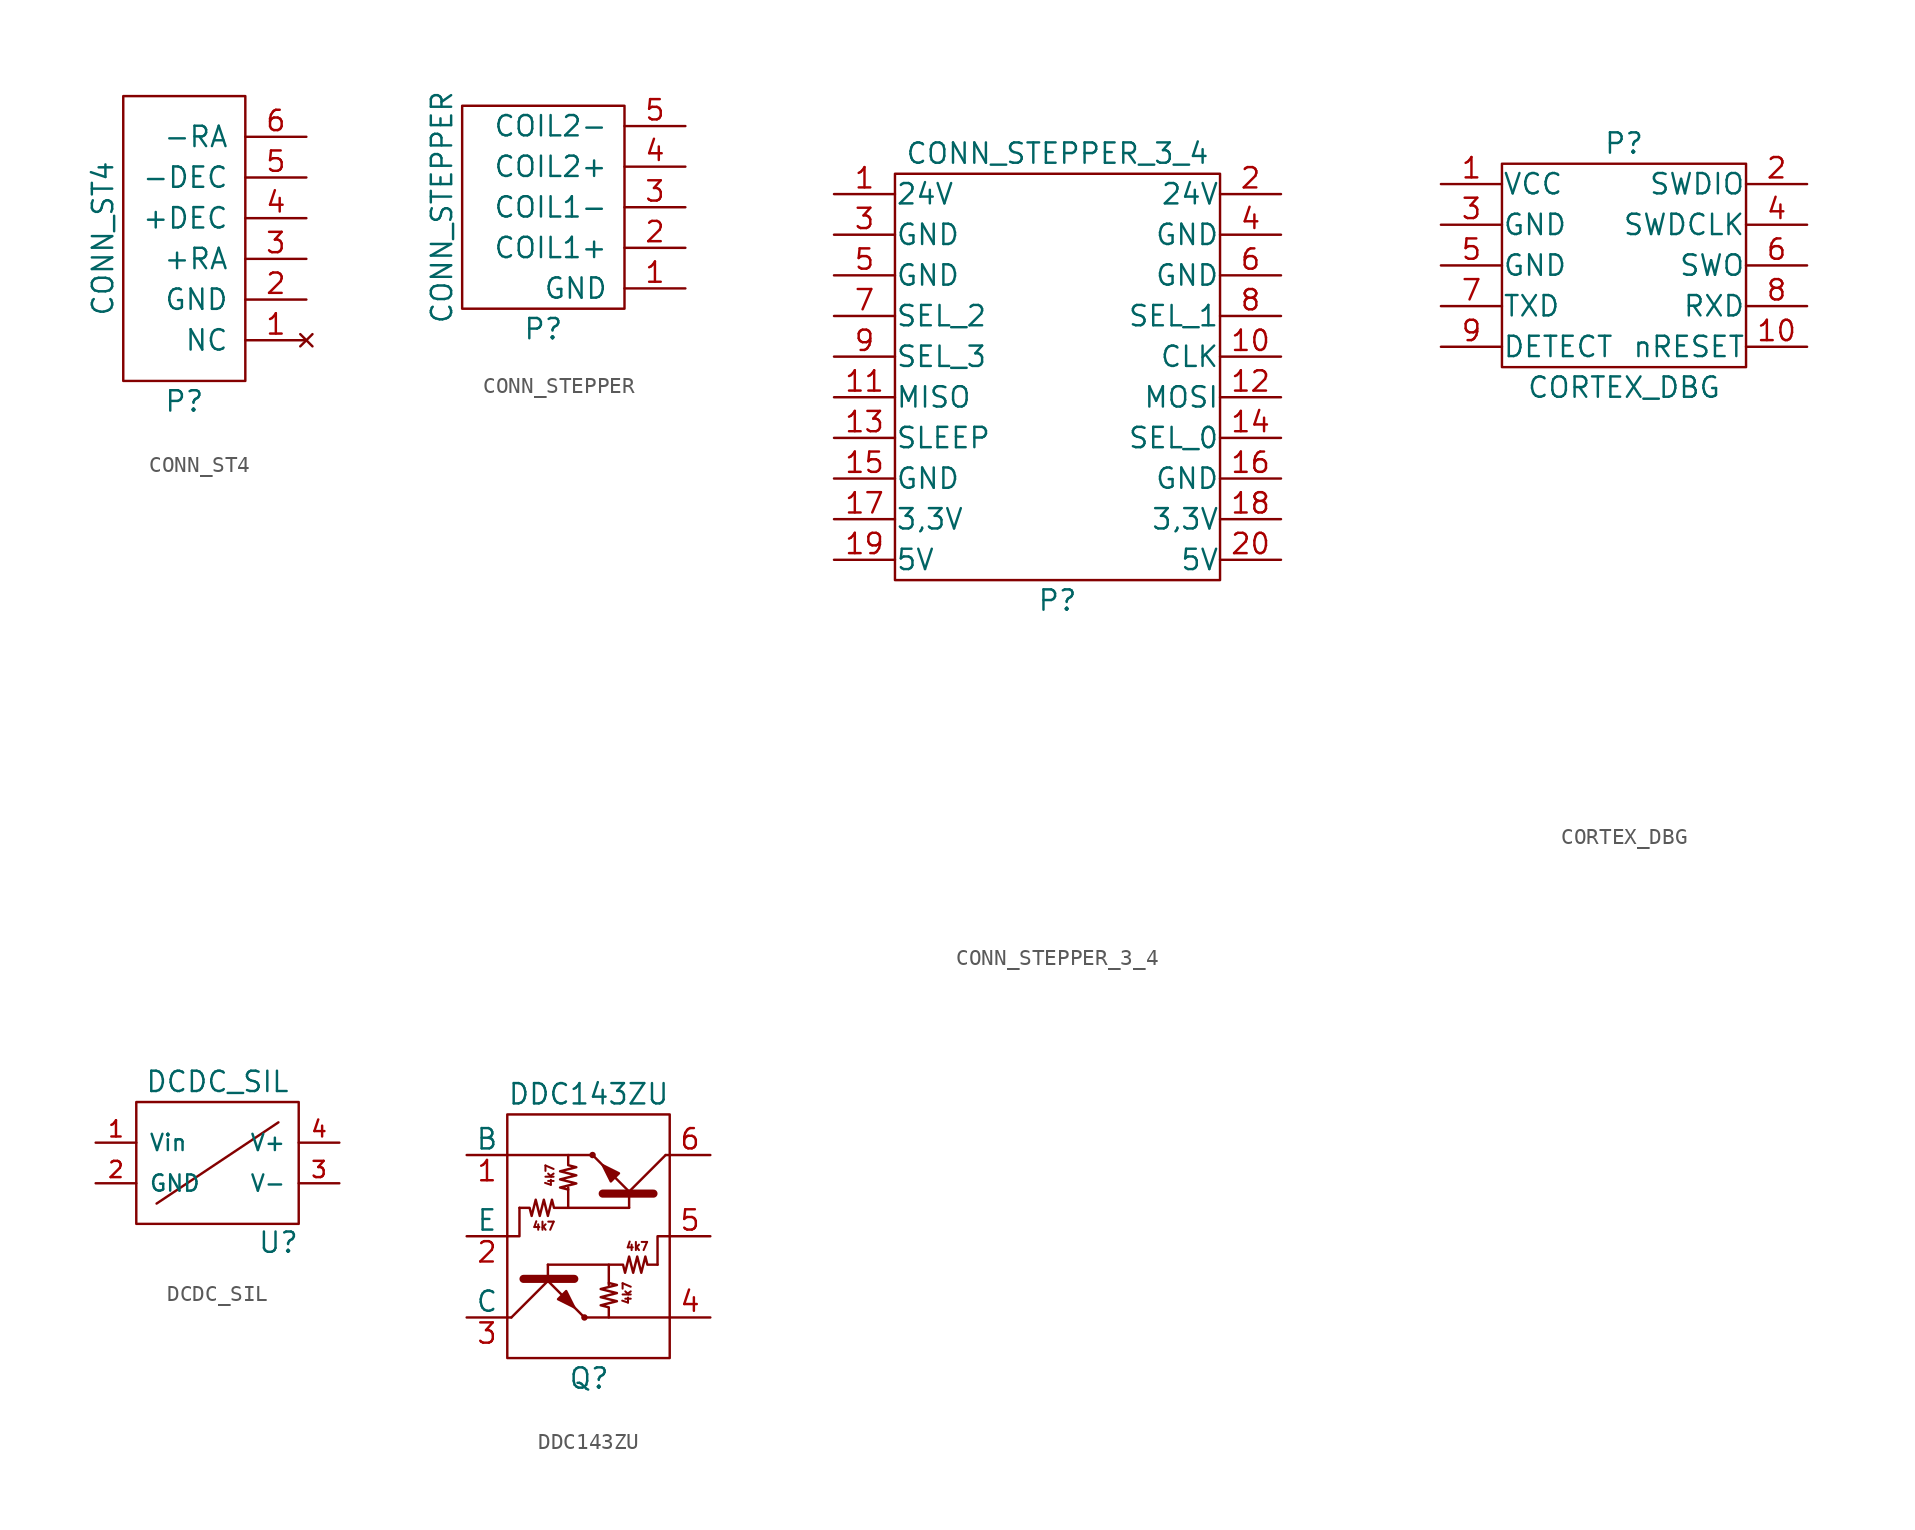
<source format=kicad_sym>
(kicad_symbol_lib
  (version 20231120)
  (generator "kicad_symbol_editor")
  (generator_version "8.0")
  (symbol "CONN_ST4"
    (pin_names
      (offset 1.016))
    (property "Reference" "P"
      (at 0 -10.16 0)
      (effects (font (size 1.27 1.27))))
    (property "Value" "CONN_ST4"
      (at -5.08 0 90)
      (effects (font (size 1.27 1.27))))
    (property "Footprint" ""
      (at -3.81 0 0)
      (effects (font (size 1.27 1.27))))
    (property "Datasheet" ""
      (at -3.81 0 0)
      (effects (font (size 1.27 1.27))))
    (symbol "CONN_ST4_0_1"
      (rectangle (start -3.81 8.89) (end 3.81 -8.89) (stroke (width 0) (type solid)) (fill (type none))))
    (symbol "CONN_ST4_1_1"
      (pin no_connect line (at 7.62 -6.35 180) (length 3.81) (name "NC" (effects (font (size 1.27 1.27)))) (number "1" (effects (font (size 1.27 1.27)))))
      (pin power_in line (at 7.62 -3.81 180) (length 3.81) (name "GND" (effects (font (size 1.27 1.27)))) (number "2" (effects (font (size 1.27 1.27)))))
      (pin output line (at 7.62 -1.27 180) (length 3.81) (name "+RA" (effects (font (size 1.27 1.27)))) (number "3" (effects (font (size 1.27 1.27)))))
      (pin output line (at 7.62 1.27 180) (length 3.81) (name "+DEC" (effects (font (size 1.27 1.27)))) (number "4" (effects (font (size 1.27 1.27)))))
      (pin output line (at 7.62 3.81 180) (length 3.81) (name "-DEC" (effects (font (size 1.27 1.27)))) (number "5" (effects (font (size 1.27 1.27)))))
      (pin output line (at 7.62 6.35 180) (length 3.81) (name "-RA" (effects (font (size 1.27 1.27)))) (number "6" (effects (font (size 1.27 1.27)))))))
  (symbol "CONN_STEPPER"
    (pin_names
      (offset 1.016))
    (property "Reference" "P"
      (at 0 -7.62 0)
      (effects (font (size 1.27 1.27))))
    (property "Value" "CONN_STEPPER"
      (at -6.35 0 90)
      (effects (font (size 1.27 1.27))))
    (property "Footprint" ""
      (at -2.54 0 0)
      (effects (font (size 1.27 1.27))))
    (property "Datasheet" ""
      (at -2.54 0 0)
      (effects (font (size 1.27 1.27))))
    (symbol "CONN_STEPPER_0_1"
      (rectangle (start -5.08 6.35) (end 5.08 -6.35) (stroke (width 0) (type solid)) (fill (type none))))
    (symbol "CONN_STEPPER_1_1"
      (pin power_in line (at 8.89 -5.08 180) (length 3.81) (name "GND" (effects (font (size 1.27 1.27)))) (number "1" (effects (font (size 1.27 1.27)))))
      (pin input line (at 8.89 -2.54 180) (length 3.81) (name "COIL1+" (effects (font (size 1.27 1.27)))) (number "2" (effects (font (size 1.27 1.27)))))
      (pin input line (at 8.89 0 180) (length 3.81) (name "COIL1-" (effects (font (size 1.27 1.27)))) (number "3" (effects (font (size 1.27 1.27)))))
      (pin input line (at 8.89 2.54 180) (length 3.81) (name "COIL2+" (effects (font (size 1.27 1.27)))) (number "4" (effects (font (size 1.27 1.27)))))
      (pin input line (at 8.89 5.08 180) (length 3.81) (name "COIL2-" (effects (font (size 1.27 1.27)))) (number "5" (effects (font (size 1.27 1.27)))))))
  (symbol "CONN_STEPPER_3_4"
    (pin_names
      (offset 0.025))
    (property "Reference" "P"
      (at 0 -13.97 0)
      (effects (font (size 1.27 1.27))))
    (property "Value" "CONN_STEPPER_3_4"
      (at 0 13.97 0)
      (effects (font (size 1.27 1.27))))
    (property "Footprint" ""
      (at 0 -30.48 0)
      (effects (font (size 1.27 1.27))))
    (property "Datasheet" ""
      (at 0 -30.48 0)
      (effects (font (size 1.27 1.27))))
    (symbol "CONN_STEPPER_3_4_0_1"
      (rectangle (start -10.16 12.7) (end 10.16 -12.7) (stroke (width 0) (type solid)) (fill (type none))))
    (symbol "CONN_STEPPER_3_4_1_1"
      (pin power_in line (at -13.97 11.43 0) (length 3.81) (name "24V" (effects (font (size 1.27 1.27)))) (number "1" (effects (font (size 1.27 1.27)))))
      (pin input line (at 13.97 1.27 180) (length 3.81) (name "CLK" (effects (font (size 1.27 1.27)))) (number "10" (effects (font (size 1.27 1.27)))))
      (pin output line (at -13.97 -1.27 0) (length 3.81) (name "MISO" (effects (font (size 1.27 1.27)))) (number "11" (effects (font (size 1.27 1.27)))))
      (pin input line (at 13.97 -1.27 180) (length 3.81) (name "MOSI" (effects (font (size 1.27 1.27)))) (number "12" (effects (font (size 1.27 1.27)))))
      (pin input line (at -13.97 -3.81 0) (length 3.81) (name "SLEEP" (effects (font (size 1.27 1.27)))) (number "13" (effects (font (size 1.27 1.27)))))
      (pin input line (at 13.97 -3.81 180) (length 3.81) (name "SEL_0" (effects (font (size 1.27 1.27)))) (number "14" (effects (font (size 1.27 1.27)))))
      (pin power_in line (at -13.97 -6.35 0) (length 3.81) (name "GND" (effects (font (size 1.27 1.27)))) (number "15" (effects (font (size 1.27 1.27)))))
      (pin power_in line (at 13.97 -6.35 180) (length 3.81) (name "GND" (effects (font (size 1.27 1.27)))) (number "16" (effects (font (size 1.27 1.27)))))
      (pin power_in line (at -13.97 -8.89 0) (length 3.81) (name "3,3V" (effects (font (size 1.27 1.27)))) (number "17" (effects (font (size 1.27 1.27)))))
      (pin power_in line (at 13.97 -8.89 180) (length 3.81) (name "3,3V" (effects (font (size 1.27 1.27)))) (number "18" (effects (font (size 1.27 1.27)))))
      (pin power_in line (at -13.97 -11.43 0) (length 3.81) (name "5V" (effects (font (size 1.27 1.27)))) (number "19" (effects (font (size 1.27 1.27)))))
      (pin power_in line (at 13.97 11.43 180) (length 3.81) (name "24V" (effects (font (size 1.27 1.27)))) (number "2" (effects (font (size 1.27 1.27)))))
      (pin power_in line (at 13.97 -11.43 180) (length 3.81) (name "5V" (effects (font (size 1.27 1.27)))) (number "20" (effects (font (size 1.27 1.27)))))
      (pin power_in line (at -13.97 8.89 0) (length 3.81) (name "GND" (effects (font (size 1.27 1.27)))) (number "3" (effects (font (size 1.27 1.27)))))
      (pin power_in line (at 13.97 8.89 180) (length 3.81) (name "GND" (effects (font (size 1.27 1.27)))) (number "4" (effects (font (size 1.27 1.27)))))
      (pin power_in line (at -13.97 6.35 0) (length 3.81) (name "GND" (effects (font (size 1.27 1.27)))) (number "5" (effects (font (size 1.27 1.27)))))
      (pin power_in line (at 13.97 6.35 180) (length 3.81) (name "GND" (effects (font (size 1.27 1.27)))) (number "6" (effects (font (size 1.27 1.27)))))
      (pin input line (at -13.97 3.81 0) (length 3.81) (name "SEL_2" (effects (font (size 1.27 1.27)))) (number "7" (effects (font (size 1.27 1.27)))))
      (pin input line (at 13.97 3.81 180) (length 3.81) (name "SEL_1" (effects (font (size 1.27 1.27)))) (number "8" (effects (font (size 1.27 1.27)))))
      (pin input line (at -13.97 1.27 0) (length 3.81) (name "SEL_3" (effects (font (size 1.27 1.27)))) (number "9" (effects (font (size 1.27 1.27)))))))
  (symbol "CORTEX_DBG"
    (pin_names
      (offset 0.025))
    (property "Reference" "P"
      (at 0 7.62 0)
      (effects (font (size 1.27 1.27))))
    (property "Value" "CORTEX_DBG"
      (at 0 -7.62 0)
      (effects (font (size 1.27 1.27))))
    (property "Footprint" ""
      (at 0 -30.48 0)
      (effects (font (size 1.27 1.27))))
    (property "Datasheet" ""
      (at 0 -30.48 0)
      (effects (font (size 1.27 1.27))))
    (symbol "CORTEX_DBG_0_1"
      (rectangle (start -7.62 6.35) (end 7.62 -6.35) (stroke (width 0) (type solid)) (fill (type none))))
    (symbol "CORTEX_DBG_1_1"
      (pin passive line (at -11.43 5.08 0) (length 3.81) (name "VCC" (effects (font (size 1.27 1.27)))) (number "1" (effects (font (size 1.27 1.27)))))
      (pin output line (at 11.43 -5.08 180) (length 3.81) (name "nRESET" (effects (font (size 1.27 1.27)))) (number "10" (effects (font (size 1.27 1.27)))))
      (pin bidirectional line (at 11.43 5.08 180) (length 3.81) (name "SWDIO" (effects (font (size 1.27 1.27)))) (number "2" (effects (font (size 1.27 1.27)))))
      (pin passive line (at -11.43 2.54 0) (length 3.81) (name "GND" (effects (font (size 1.27 1.27)))) (number "3" (effects (font (size 1.27 1.27)))))
      (pin output line (at 11.43 2.54 180) (length 3.81) (name "SWDCLK" (effects (font (size 1.27 1.27)))) (number "4" (effects (font (size 1.27 1.27)))))
      (pin passive line (at -11.43 0 0) (length 3.81) (name "GND" (effects (font (size 1.27 1.27)))) (number "5" (effects (font (size 1.27 1.27)))))
      (pin input line (at 11.43 0 180) (length 3.81) (name "SWO" (effects (font (size 1.27 1.27)))) (number "6" (effects (font (size 1.27 1.27)))))
      (pin input line (at -11.43 -2.54 0) (length 3.81) (name "TXD" (effects (font (size 1.27 1.27)))) (number "7" (effects (font (size 1.27 1.27)))))
      (pin output line (at 11.43 -2.54 180) (length 3.81) (name "RXD" (effects (font (size 1.27 1.27)))) (number "8" (effects (font (size 1.27 1.27)))))
      (pin passive line (at -11.43 -5.08 0) (length 3.81) (name "DETECT" (effects (font (size 1.27 1.27)))) (number "9" (effects (font (size 1.27 1.27)))))))
  (symbol "DCDC_SIL"
    (pin_names
      (offset 0.762))
    (property "Reference" "U"
      (at 3.81 -4.978 0)
      (effects (font (size 1.27 1.27))))
    (property "Value" "DCDC_SIL"
      (at 0 5.08 0)
      (effects (font (size 1.27 1.27))))
    (property "Footprint" ""
      (at 0 0 0)
      (effects (font (size 1.27 1.27))))
    (property "Datasheet" ""
      (at 0 0 0)
      (effects (font (size 1.27 1.27))))
    (symbol "DCDC_SIL_0_1"
      (rectangle (start -5.08 -3.81) (end 5.08 3.81) (stroke (width 0) (type solid)) (fill (type none)))
      (polyline (pts (xy 3.81 2.54) (xy -3.81 -2.54)) (stroke (width 0) (type solid)) (fill (type none))))
    (symbol "DCDC_SIL_1_1"
      (pin power_in line (at -7.62 1.27 0) (length 2.54) (name "Vin" (effects (font (size 1.016 1.016)))) (number "1" (effects (font (size 1.016 1.016)))))
      (pin power_in line (at -7.62 -1.27 0) (length 2.54) (name "GND" (effects (font (size 1.016 1.016)))) (number "2" (effects (font (size 1.016 1.016)))))
      (pin power_out line (at 7.62 -1.27 180) (length 2.54) (name "V-" (effects (font (size 1.016 1.016)))) (number "3" (effects (font (size 1.016 1.016)))))
      (pin power_out line (at 7.62 1.27 180) (length 2.54) (name "V+" (effects (font (size 1.016 1.016)))) (number "4" (effects (font (size 1.016 1.016)))))))
  (symbol "DDC143ZU"
    (pin_names
      (offset 0))
    (property "Reference" "Q"
      (at -1.27 -8.89 0)
      (effects (font (size 1.27 1.27)) (justify left)))
    (property "Value" "DDC143ZU"
      (at -5.08 8.89 0)
      (effects (font (size 1.27 1.27)) (justify left)))
    (property "Footprint" ""
      (at 2.54 2.54 90)
      (effects (font (size 1.27 1.27)) (justify left)))
    (property "Datasheet" ""
      (at 2.54 2.54 90)
      (effects (font (size 1.27 1.27)) (justify left)))
    (symbol "DDC143ZU_0_0"
      (text "4k7" (at -2.794 0.635 0) (effects (font (size 0.508 0.508))))
      (text "4k7" (at -2.413 3.81 900) (effects (font (size 0.508 0.508))))
      (text "4k7" (at 2.413 -3.556 900) (effects (font (size 0.508 0.508))))
      (text "4k7" (at 3.048 -0.635 0) (effects (font (size 0.508 0.508)))))
    (symbol "DDC143ZU_0_1"
      (rectangle (start -5.08 7.62) (end 5.08 -7.62) (stroke (width 0) (type solid)) (fill (type none)))
      (circle (center -0.254 -5.08) (radius 0.127) (stroke (width 0) (type solid)) (fill (type none)))
      (polyline (pts (xy -4.826 -5.08) (xy -5.08 -5.08)) (stroke (width 0) (type solid)) (fill (type none)))
      (polyline (pts (xy -4.064 -2.667) (xy -0.889 -2.667)) (stroke (width 0.508) (type solid)) (fill (type outline)))
      (polyline (pts (xy -2.54 -1.778) (xy -2.54 -2.54)) (stroke (width 0) (type solid)) (fill (type none)))
      (polyline (pts (xy -2.286 -2.54) (xy -4.826 -5.08)) (stroke (width 0) (type solid)) (fill (type none)))
      (polyline (pts (xy -1.27 1.778) (xy -1.27 3.048)) (stroke (width 0) (type solid)) (fill (type none)))
      (polyline (pts (xy -0.254 -5.08) (xy 5.08 -5.08)) (stroke (width 0) (type solid)) (fill (type none)))
      (polyline (pts (xy 0.254 5.08) (xy -5.08 5.08)) (stroke (width 0) (type solid)) (fill (type none)))
      (polyline (pts (xy 1.27 -3.048) (xy 1.27 -1.778)) (stroke (width 0) (type solid)) (fill (type none)))
      (polyline (pts (xy 2.286 2.54) (xy 4.826 5.08)) (stroke (width 0) (type solid)) (fill (type none)))
      (polyline (pts (xy 2.54 1.778) (xy 2.54 2.54)) (stroke (width 0) (type solid)) (fill (type none)))
      (polyline (pts (xy 4.064 2.667) (xy 0.889 2.667)) (stroke (width 0.508) (type solid)) (fill (type outline)))
      (polyline (pts (xy 4.826 5.08) (xy 5.08 5.08)) (stroke (width 0) (type solid)) (fill (type none)))
      (polyline (pts (xy -4.318 1.778) (xy -4.318 0) (xy -5.08 0)) (stroke (width 0) (type solid)) (fill (type none)))
      (polyline (pts (xy -0.254 -5.08) (xy -2.794 -2.54) (xy -2.794 -2.54)) (stroke (width 0) (type solid)) (fill (type none)))
      (polyline (pts (xy 0.254 5.08) (xy 2.794 2.54) (xy 2.794 2.54)) (stroke (width 0) (type solid)) (fill (type none)))
      (polyline (pts (xy 5.08 0) (xy 4.318 0) (xy 4.318 -1.778)) (stroke (width 0) (type solid)) (fill (type none)))
      (polyline (pts (xy -1.397 -3.429) (xy -1.905 -3.937) (xy -0.889 -4.445) (xy -1.397 -3.429)) (stroke (width 0) (type solid)) (fill (type outline)))
      (polyline (pts (xy 1.397 3.429) (xy 1.905 3.937) (xy 0.889 4.445) (xy 1.397 3.429)) (stroke (width 0) (type solid)) (fill (type outline)))
      (polyline (pts (xy -1.27 5.08) (xy -1.27 4.445) (xy -0.762 4.318) (xy -1.778 4.064) (xy -0.762 3.81) (xy -1.778 3.556) (xy -0.762 3.302) (xy -1.778 3.048) (xy -1.27 2.921)) (stroke (width 0) (type solid)) (fill (type none)))
      (polyline (pts (xy 1.27 -5.08) (xy 1.27 -4.445) (xy 0.762 -4.318) (xy 1.778 -4.064) (xy 0.762 -3.81) (xy 1.778 -3.556) (xy 0.762 -3.302) (xy 1.778 -3.048) (xy 1.27 -2.921)) (stroke (width 0) (type solid)) (fill (type none)))
      (polyline (pts (xy -4.318 1.778) (xy -3.683 1.778) (xy -3.556 1.27) (xy -3.302 2.286) (xy -3.048 1.27) (xy -2.794 2.286) (xy -2.54 1.27) (xy -2.286 2.286) (xy -2.159 1.778) (xy 2.54 1.778)) (stroke (width 0) (type solid)) (fill (type none)))
      (polyline (pts (xy 4.318 -1.778) (xy 3.683 -1.778) (xy 3.556 -1.27) (xy 3.302 -2.286) (xy 3.048 -1.27) (xy 2.794 -2.286) (xy 2.54 -1.27) (xy 2.286 -2.286) (xy 2.159 -1.778) (xy -2.54 -1.778)) (stroke (width 0) (type solid)) (fill (type none)))
      (circle (center 0.254 5.08) (radius 0.127) (stroke (width 0) (type solid)) (fill (type none))))
    (symbol "DDC143ZU_1_1"
      (pin input line (at -7.62 5.08 0) (length 2.54) (name "B" (effects (font (size 1.27 1.27)))) (number "1" (effects (font (size 1.27 1.27)))))
      (pin passive line (at -7.62 0 0) (length 2.54) (name "E" (effects (font (size 1.27 1.27)))) (number "2" (effects (font (size 1.27 1.27)))))
      (pin passive line (at -7.62 -5.08 0) (length 2.54) (name "C" (effects (font (size 1.27 1.27)))) (number "3" (effects (font (size 1.27 1.27)))))
      (pin passive line (at 7.62 -5.08 180) (length 2.54) (name "~" (effects (font (size 1.27 1.27)))) (number "4" (effects (font (size 1.27 1.27)))))
      (pin passive line (at 7.62 0 180) (length 2.54) (name "~" (effects (font (size 1.27 1.27)))) (number "5" (effects (font (size 1.27 1.27)))))
      (pin passive line (at 7.62 5.08 180) (length 2.54) (name "~" (effects (font (size 1.27 1.27)))) (number "6" (effects (font (size 1.27 1.27))))))))
</source>
